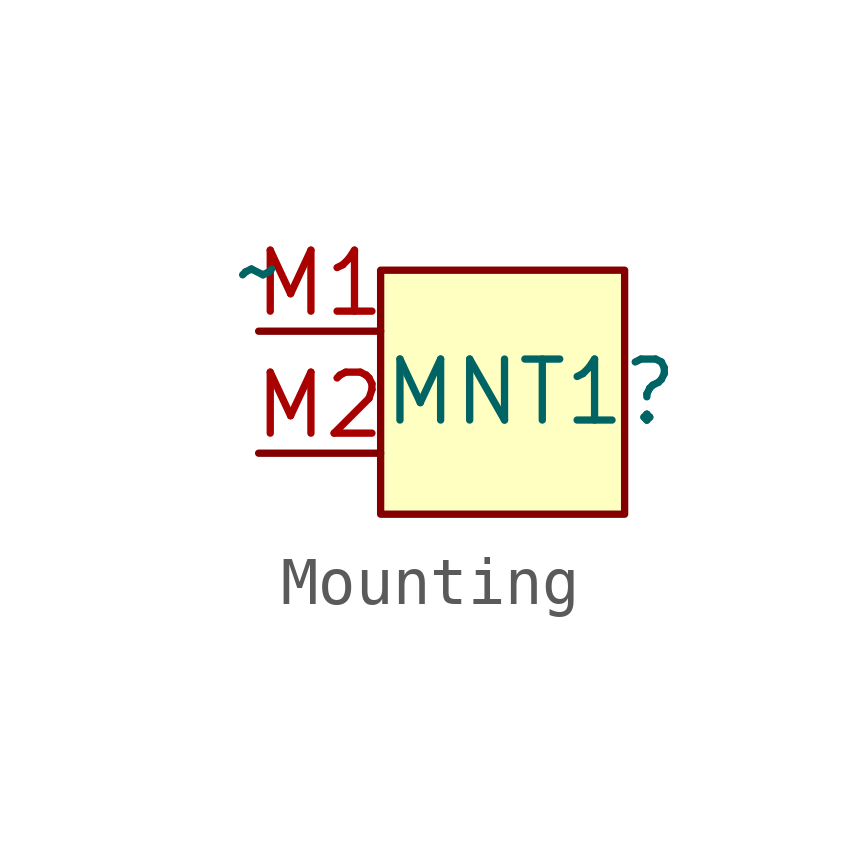
<source format=kicad_sym>
(kicad_symbol_lib
  (version 20220914)
  (generator kicad_symbol_editor)
  (symbol "Mounting"
    (property "Reference" "MNT1"
      (at -2.54 0 0)
      (effects (font (size 1.27 1.27)) (justify left)))
    (property "Value" "~"
      (at -5.08 2.54 0)
      (effects (font (size 1.27 1.27))))
    (symbol "Mounting_1_1"
      (rectangle (start -2.54 2.54) (end 2.54 -2.54) (stroke (width 0) (type default)) (fill (type background)))
      (pin passive line (at -5.08 1.27 0) (length 2.54) (name "" (effects (font (size 1.27 1.27)))) (number "M1" (effects (font (size 1.27 1.27)))))
      (pin passive line (at -5.08 -1.27 0) (length 2.54) (name "" (effects (font (size 1.27 1.27)))) (number "M2" (effects (font (size 1.27 1.27))))))))
</source>
